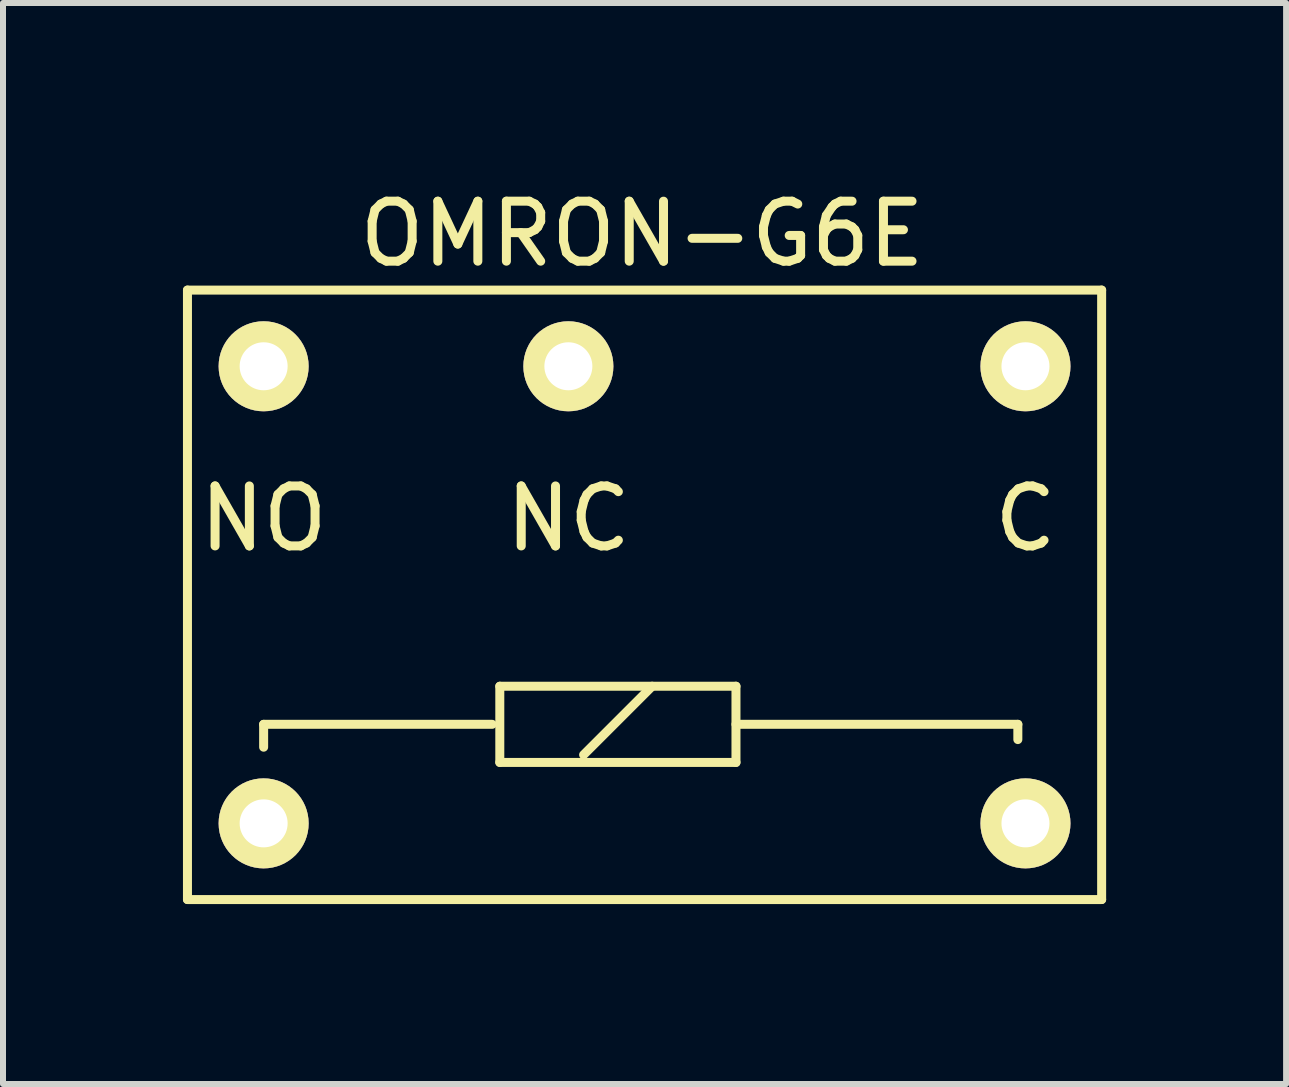
<source format=kicad_pcb>
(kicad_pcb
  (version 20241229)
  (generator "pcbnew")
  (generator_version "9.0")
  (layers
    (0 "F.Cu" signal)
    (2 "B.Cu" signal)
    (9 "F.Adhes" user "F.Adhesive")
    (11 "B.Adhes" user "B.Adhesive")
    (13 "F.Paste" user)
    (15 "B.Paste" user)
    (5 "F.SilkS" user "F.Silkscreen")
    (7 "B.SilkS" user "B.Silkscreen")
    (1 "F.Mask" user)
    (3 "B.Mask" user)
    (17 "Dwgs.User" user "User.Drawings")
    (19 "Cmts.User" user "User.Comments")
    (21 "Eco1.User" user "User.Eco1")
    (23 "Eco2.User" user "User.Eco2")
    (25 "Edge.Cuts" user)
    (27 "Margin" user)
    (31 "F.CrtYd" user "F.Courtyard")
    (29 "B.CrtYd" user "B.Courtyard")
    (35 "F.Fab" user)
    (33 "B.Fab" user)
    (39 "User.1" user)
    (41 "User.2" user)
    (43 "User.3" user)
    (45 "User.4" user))
  (footprint "OMRON-G6E"
    (layer "F.Cu")
    (at 1.345 10.676)
    (property "Reference" "OMRON-G6E" (at 6.309 -9.827 0) (layer "F.SilkS") (effects (font (size 1 1) (thickness 0.15))))
    (attr through_hole)
    (fp_line (start -1.27 -8.89) (end -1.27 1.27) (stroke (width 0.15) (type solid)) (layer "F.SilkS"))
    (fp_line (start -1.27 1.27) (end 13.97 1.27) (stroke (width 0.15) (type solid)) (layer "F.SilkS"))
    (fp_line (start 0 -1.651) (end 0 -1.27) (stroke (width 0.15) (type solid)) (layer "F.SilkS"))
    (fp_line (start 3.81 -1.651) (end 0 -1.651) (stroke (width 0.15) (type solid)) (layer "F.SilkS"))
    (fp_line (start 3.937 -2.286) (end 7.874 -2.286) (stroke (width 0.15) (type solid)) (layer "F.SilkS"))
    (fp_line (start 3.937 -1.016) (end 3.937 -2.286) (stroke (width 0.15) (type solid)) (layer "F.SilkS"))
    (fp_line (start 5.334 -1.143) (end 6.477 -2.286) (stroke (width 0.15) (type solid)) (layer "F.SilkS"))
    (fp_line (start 7.874 -2.286) (end 7.874 -1.016) (stroke (width 0.15) (type solid)) (layer "F.SilkS"))
    (fp_line (start 7.874 -1.651) (end 12.573 -1.651) (stroke (width 0.15) (type solid)) (layer "F.SilkS"))
    (fp_line (start 7.874 -1.016) (end 3.937 -1.016) (stroke (width 0.15) (type solid)) (layer "F.SilkS"))
    (fp_line (start 12.573 -1.651) (end 12.573 -1.397) (stroke (width 0.15) (type solid)) (layer "F.SilkS"))
    (fp_line (start 13.97 -8.89) (end -1.27 -8.89) (stroke (width 0.15) (type solid)) (layer "F.SilkS"))
    (fp_line (start 13.97 1.27) (end 13.97 -8.89) (stroke (width 0.15) (type solid)) (layer "F.SilkS"))
    (fp_text user "C" (at 12.7 -5.08 0) (layer "F.SilkS") (effects (font (size 1 1) (thickness 0.15))))
    (fp_text user "NO" (at 0 -5.08 0) (layer "F.SilkS") (effects (font (size 1 1) (thickness 0.15))))
    (fp_text user "NC" (at 5.08 -5.08 0) (layer "F.SilkS") (effects (font (size 1 1) (thickness 0.15))))
    (pad "1" thru_hole circle (at 0 0) (size 1.501 1.501) (drill 0.8) (layers "*.Cu" "*.Mask" "F.SilkS"))
    (pad "2" thru_hole circle (at 12.7 0) (size 1.501 1.501) (drill 0.8) (layers "*.Cu" "*.Mask" "F.SilkS"))
    (pad "11" thru_hole circle (at 12.7 -7.62) (size 1.501 1.501) (drill 0.8) (layers "*.Cu" "*.Mask" "F.SilkS"))
    (pad "12" thru_hole circle (at 5.08 -7.62) (size 1.501 1.501) (drill 0.8) (layers "*.Cu" "*.Mask" "F.SilkS"))
    (pad "14" thru_hole circle (at 0 -7.62) (size 1.501 1.501) (drill 0.8) (layers "*.Cu" "*.Mask" "F.SilkS")))
  (gr_rect
    (start -3 -3)
    (end 18.39 15.021)
    (stroke (width 0.1) (type default))
    (fill no)
    (layer "Edge.Cuts")))
</source>
